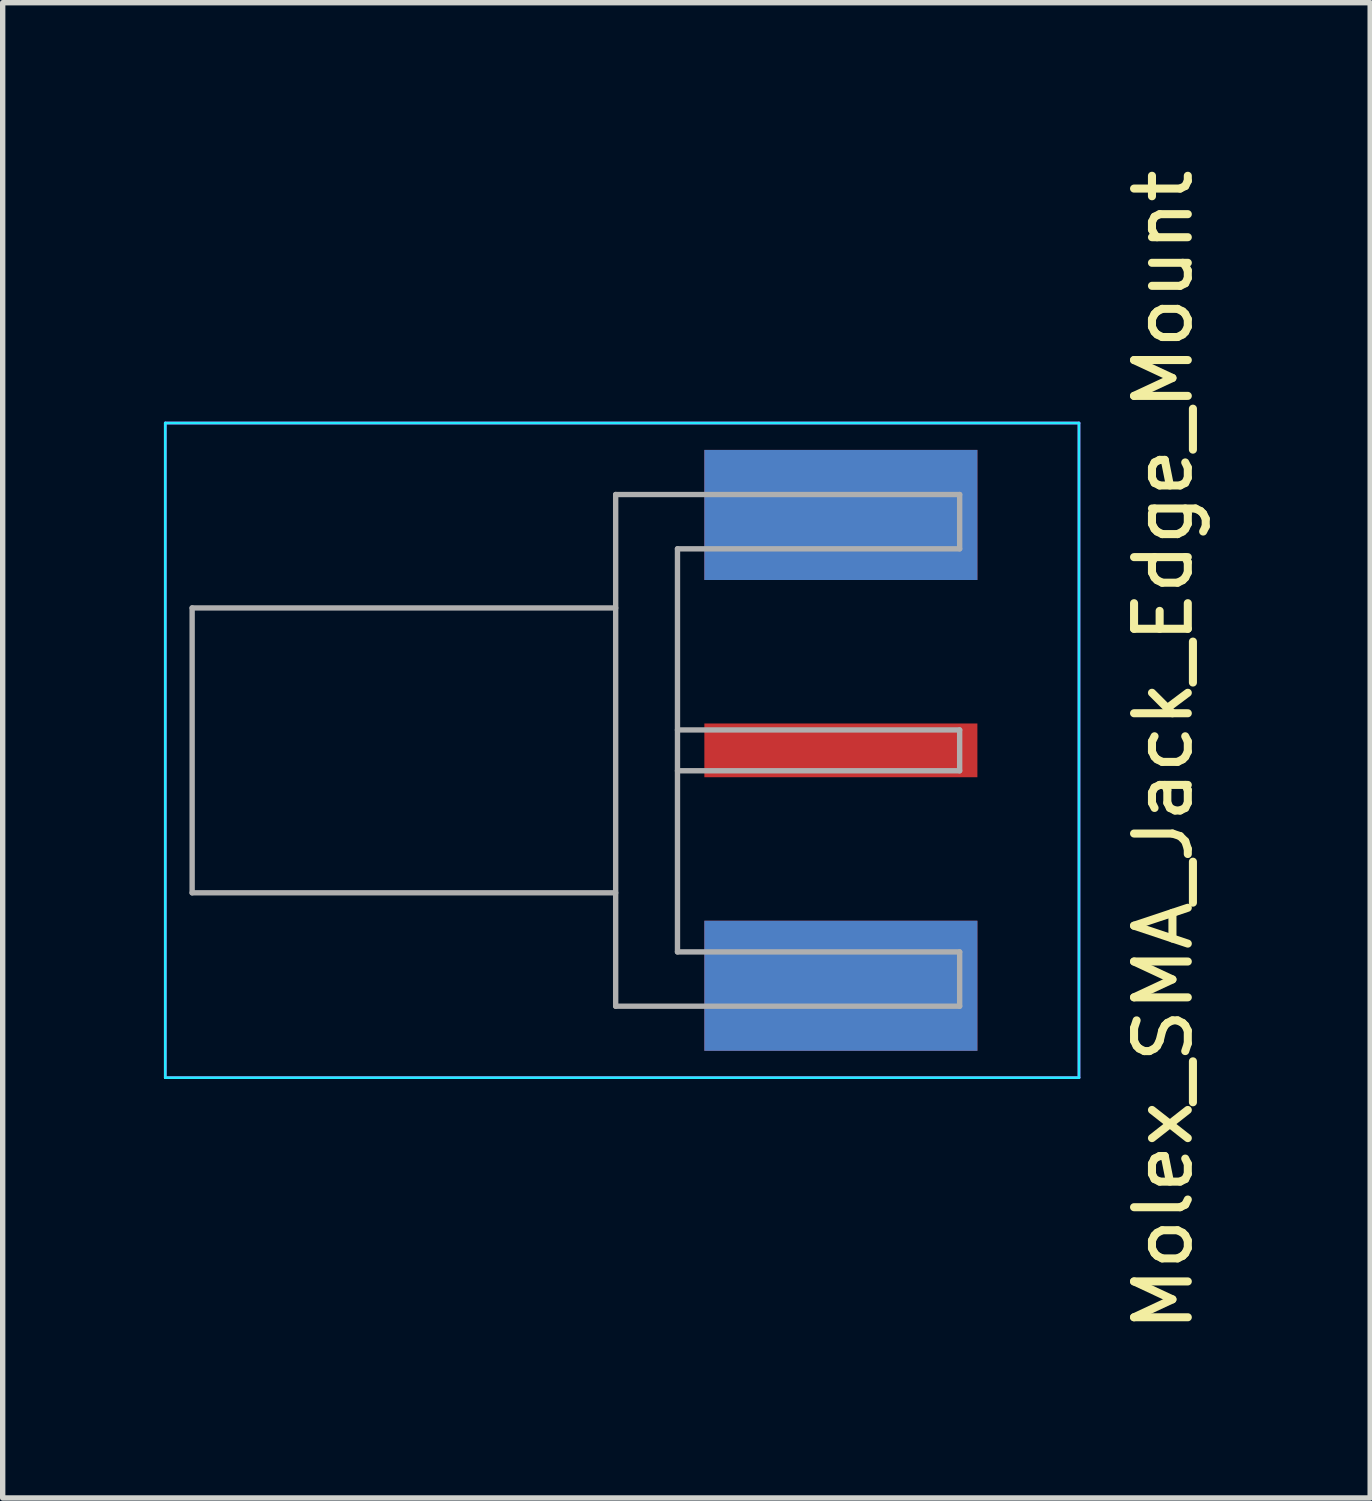
<source format=kicad_pcb>
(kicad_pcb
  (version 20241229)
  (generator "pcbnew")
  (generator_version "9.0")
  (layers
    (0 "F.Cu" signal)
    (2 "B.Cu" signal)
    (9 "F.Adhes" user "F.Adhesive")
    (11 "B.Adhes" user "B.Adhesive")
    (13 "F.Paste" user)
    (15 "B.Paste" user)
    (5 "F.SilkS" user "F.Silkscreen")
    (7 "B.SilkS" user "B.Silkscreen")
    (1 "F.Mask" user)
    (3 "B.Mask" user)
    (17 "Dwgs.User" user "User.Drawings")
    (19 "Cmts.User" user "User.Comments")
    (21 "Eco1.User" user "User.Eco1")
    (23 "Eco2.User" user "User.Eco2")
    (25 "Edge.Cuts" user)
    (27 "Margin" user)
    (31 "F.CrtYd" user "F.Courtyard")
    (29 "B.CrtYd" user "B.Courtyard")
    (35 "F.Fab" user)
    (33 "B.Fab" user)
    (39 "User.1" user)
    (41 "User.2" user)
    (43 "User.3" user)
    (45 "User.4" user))
  (footprint "Molex_SMA_Jack_Edge_Mount"
    (layer "F.Cu")
    (at 14.315 10.911)
    (property "Reference" "Molex_SMA_Jack_Edge_Mount" (at 4.28 0 90) (layer "F.SilkS") (effects (font (size 1 1) (thickness 0.15))))
    (attr smd)
    (fp_line (start -14.29 -6.09) (end -14.29 6.09) (stroke (width 0.05) (type solid)) (layer "B.CrtYd"))
    (fp_line (start -14.29 -6.09) (end 2.71 -6.09) (stroke (width 0.05) (type solid)) (layer "B.CrtYd"))
    (fp_line (start -14.29 6.09) (end 2.71 6.09) (stroke (width 0.05) (type solid)) (layer "B.CrtYd"))
    (fp_line (start 2.71 -6.09) (end 2.71 6.09) (stroke (width 0.05) (type solid)) (layer "B.CrtYd"))
    (fp_line (start -14.29 -6.09) (end -14.29 6.09) (stroke (width 0.05) (type solid)) (layer "F.CrtYd"))
    (fp_line (start -14.29 6.09) (end 2.71 6.09) (stroke (width 0.05) (type solid)) (layer "F.CrtYd"))
    (fp_line (start 2.71 -6.09) (end -14.29 -6.09) (stroke (width 0.05) (type solid)) (layer "F.CrtYd"))
    (fp_line (start 2.71 -6.09) (end 2.71 6.09) (stroke (width 0.05) (type solid)) (layer "F.CrtYd"))
    (fp_line (start -13.79 -2.65) (end -13.79 2.65) (stroke (width 0.1) (type solid)) (layer "F.Fab"))
    (fp_line (start -13.79 -2.65) (end -5.91 -2.65) (stroke (width 0.1) (type solid)) (layer "F.Fab"))
    (fp_line (start -13.79 2.65) (end -5.91 2.65) (stroke (width 0.1) (type solid)) (layer "F.Fab"))
    (fp_line (start -5.91 -4.76) (end -5.91 4.76) (stroke (width 0.1) (type solid)) (layer "F.Fab"))
    (fp_line (start -5.91 4.76) (end 0.49 4.76) (stroke (width 0.1) (type solid)) (layer "F.Fab"))
    (fp_line (start -4.76 -3.75) (end -4.76 3.75) (stroke (width 0.1) (type solid)) (layer "F.Fab"))
    (fp_line (start -4.76 -3.75) (end 0.49 -3.75) (stroke (width 0.1) (type solid)) (layer "F.Fab"))
    (fp_line (start -4.76 -0.38) (end 0.49 -0.38) (stroke (width 0.1) (type solid)) (layer "F.Fab"))
    (fp_line (start -4.76 0.38) (end 0.49 0.38) (stroke (width 0.1) (type solid)) (layer "F.Fab"))
    (fp_line (start -4.76 3.75) (end 0.49 3.75) (stroke (width 0.1) (type solid)) (layer "F.Fab"))
    (fp_line (start 0.49 -0.38) (end 0.49 0.38) (stroke (width 0.1) (type solid)) (layer "F.Fab"))
    (fp_line (start 0.49 3.75) (end 0.49 4.76) (stroke (width 0.1) (type solid)) (layer "F.Fab"))
    (fp_line (start 0.49 -4.76) (end -5.91 -4.76) (stroke (width 0.1) (type solid)) (layer "F.Fab"))
    (fp_line (start 0.49 -4.76) (end 0.49 -3.75) (stroke (width 0.1) (type solid)) (layer "F.Fab"))
    (pad "1" smd rect (at -1.72 0) (size 5.08 1) (layers "F.Cu" "F.Mask" "F.Paste"))
    (pad "2" smd rect (at -1.72 -4.38) (size 5.08 2.42) (layers "F.Cu" "F.Mask" "F.Paste"))
    (pad "2" smd rect (at -1.72 -4.38) (size 5.08 2.42) (layers "B.Cu" "B.Mask" "B.Paste"))
    (pad "2" smd rect (at -1.72 4.38) (size 5.08 2.42) (layers "F.Cu" "F.Mask" "F.Paste"))
    (pad "2" smd rect (at -1.72 4.38) (size 5.08 2.42) (layers "B.Cu" "B.Mask" "B.Paste")))
  (gr_rect
    (start -3 -3)
    (end 22.443 24.821)
    (stroke (width 0.1) (type default))
    (fill no)
    (layer "Edge.Cuts")))
</source>
